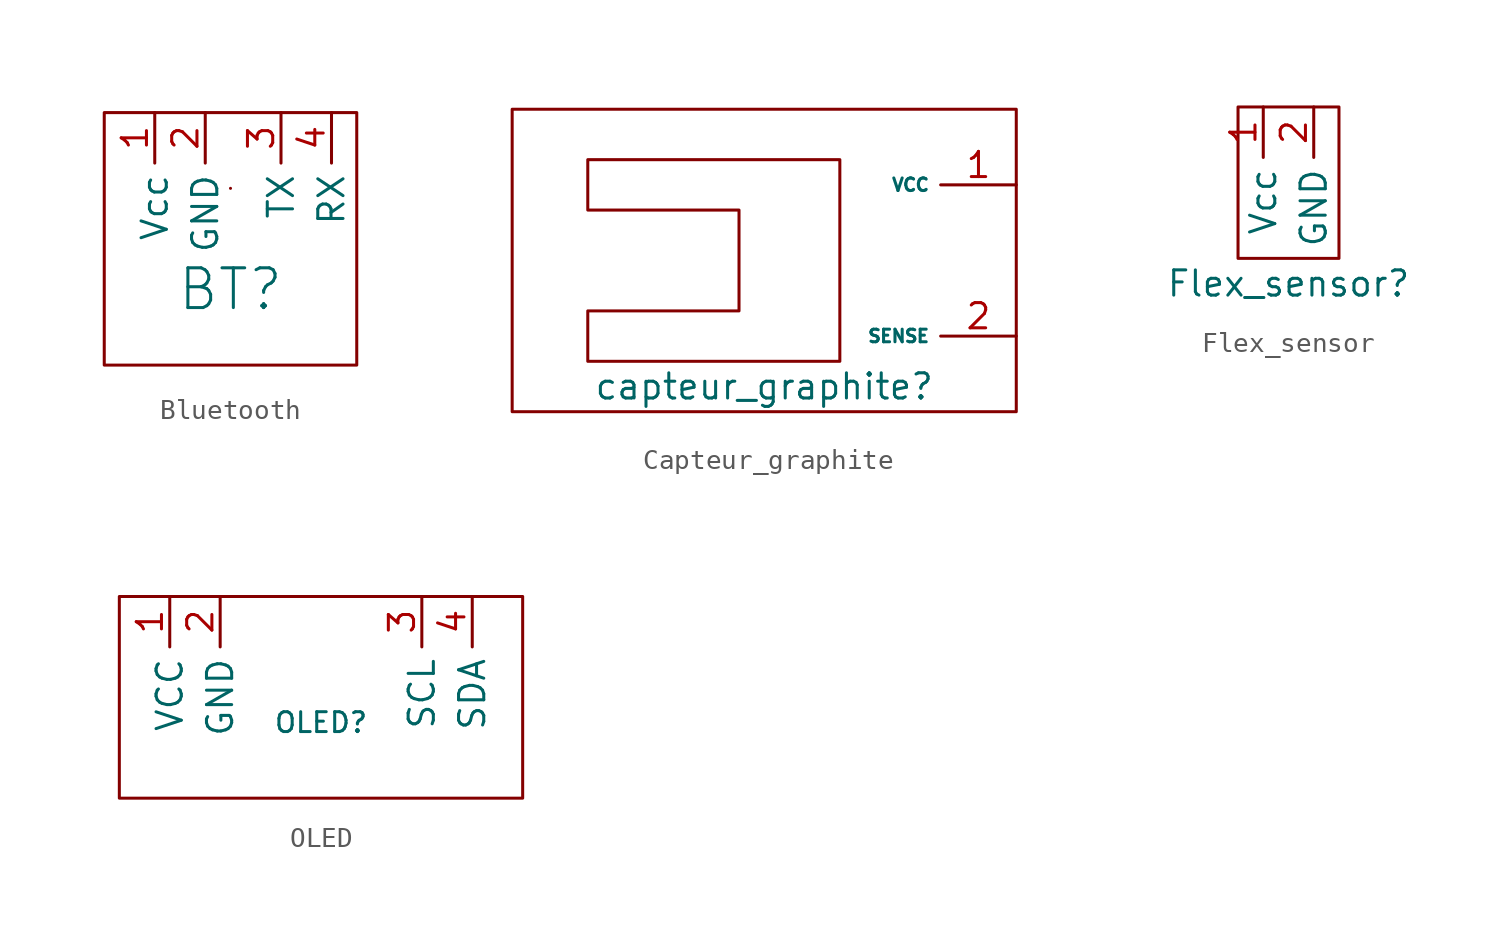
<source format=kicad_sym>
(kicad_symbol_lib
  (version 20220914)
  (generator kicad_symbol_editor)
  (symbol "Bluetooth"
    (property "Reference" "BT"
      (at 1.27 -6.35 0)
      (effects (font (size 2 2))))
    (property "Value" ""
      (at 0 0 0)
      (effects (font (size 1.27 1.27))))
    (symbol "Bluetooth_0_1"
      (polyline (pts (xy 7.62 2.54) (xy -5.08 2.54) (xy -5.08 -10.16) (xy 7.62 -10.16) (xy 7.62 2.54)) (stroke (width 0) (type default)) (fill (type none))))
    (symbol "Bluetooth_1_1"
      (polyline (pts (xy 1.27 -1.27) (xy 1.27 -1.27)) (stroke (width 0) (type default)) (fill (type none)))
      (pin passive line (at -2.54 2.54 270) (length 2.54) (name "Vcc" (effects (font (size 1.27 1.27)))) (number "1" (effects (font (size 1.27 1.27)))))
      (pin passive line (at 0 2.54 270) (length 2.54) (name "GND" (effects (font (size 1.27 1.27)))) (number "2" (effects (font (size 1.27 1.27)))))
      (pin passive line (at 3.81 2.54 270) (length 2.54) (name "TX" (effects (font (size 1.27 1.27)))) (number "3" (effects (font (size 1.27 1.27)))))
      (pin passive line (at 6.35 2.54 270) (length 2.54) (name "RX" (effects (font (size 1.27 1.27)))) (number "4" (effects (font (size 1.27 1.27)))))))
  (symbol "Capteur_graphite"
    (property "Reference" "capteur_graphite"
      (at 2.54 -5.08 0)
      (effects (font (size 1.27 1.27))))
    (property "Value" ""
      (at 0 0 0)
      (effects (font (size 1.27 1.27))))
    (symbol "Capteur_graphite_0_1"
      (rectangle (start -10.16 8.89) (end 15.24 -6.35) (stroke (width 0) (type default)) (fill (type none)))
      (polyline (pts (xy -6.35 -3.81) (xy 6.35 -3.81) (xy 6.35 6.35) (xy -6.35 6.35) (xy -6.35 3.81) (xy 1.27 3.81) (xy 1.27 -1.27) (xy -6.35 -1.27) (xy -6.35 -3.81)) (stroke (width 0) (type default)) (fill (type none))))
    (symbol "Capteur_graphite_1_1"
      (pin power_in line (at 15.24 5.08 180) (length 3.81) (name "VCC" (effects (font (size 0.635 0.635)))) (number "1" (effects (font (size 1.27 1.27)))))
      (pin passive line (at 15.24 -2.54 180) (length 3.81) (name "SENSE" (effects (font (size 0.635 0.635)))) (number "2" (effects (font (size 1.27 1.27)))))))
  (symbol "Flex_sensor"
    (property "Reference" "Flex_sensor"
      (at 0 -5.08 0)
      (effects (font (size 1.27 1.27))))
    (property "Value" ""
      (at 0 0 0)
      (effects (font (size 1.27 1.27))))
    (symbol "Flex_sensor_0_1"
      (rectangle (start -2.54 3.81) (end 2.54 -3.81) (stroke (width 0) (type default)) (fill (type none))))
    (symbol "Flex_sensor_1_1"
      (pin passive line (at -1.27 3.81 270) (length 2.54) (name "Vcc" (effects (font (size 1.27 1.27)))) (number "1" (effects (font (size 1.27 1.27)))))
      (pin passive line (at 1.27 3.81 270) (length 2.54) (name "GND" (effects (font (size 1.27 1.27)))) (number "2" (effects (font (size 1.27 1.27)))))))
  (symbol "OLED"
    (property "Reference" "OLED"
      (at 0 0 0)
      (effects (font (size 1 1))))
    (property "Value" ""
      (at 0 0 0)
      (effects (font (size 1.27 1.27))))
    (symbol "OLED_0_1"
      (rectangle (start -10.16 6.35) (end 10.16 -3.81) (stroke (width 0) (type default)) (fill (type none))))
    (symbol "OLED_1_1"
      (pin passive line (at -7.62 6.35 270) (length 2.54) (name "VCC" (effects (font (size 1.27 1.27)))) (number "1" (effects (font (size 1.27 1.27)))))
      (pin passive line (at -5.08 6.35 270) (length 2.54) (name "GND" (effects (font (size 1.27 1.27)))) (number "2" (effects (font (size 1.27 1.27)))))
      (pin passive line (at 5.08 6.35 270) (length 2.54) (name "SCL" (effects (font (size 1.27 1.27)))) (number "3" (effects (font (size 1.27 1.27)))))
      (pin passive line (at 7.62 6.35 270) (length 2.54) (name "SDA" (effects (font (size 1.27 1.27)))) (number "4" (effects (font (size 1.27 1.27))))))))
</source>
